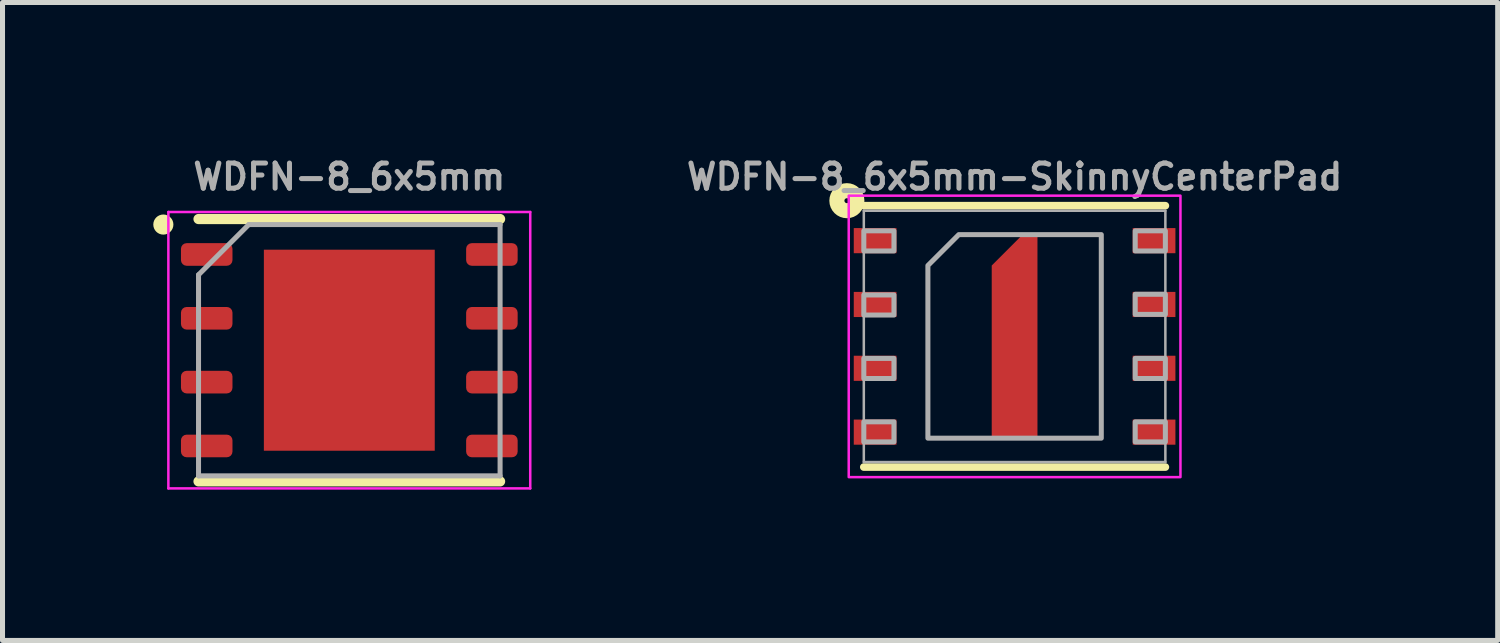
<source format=kicad_pcb>
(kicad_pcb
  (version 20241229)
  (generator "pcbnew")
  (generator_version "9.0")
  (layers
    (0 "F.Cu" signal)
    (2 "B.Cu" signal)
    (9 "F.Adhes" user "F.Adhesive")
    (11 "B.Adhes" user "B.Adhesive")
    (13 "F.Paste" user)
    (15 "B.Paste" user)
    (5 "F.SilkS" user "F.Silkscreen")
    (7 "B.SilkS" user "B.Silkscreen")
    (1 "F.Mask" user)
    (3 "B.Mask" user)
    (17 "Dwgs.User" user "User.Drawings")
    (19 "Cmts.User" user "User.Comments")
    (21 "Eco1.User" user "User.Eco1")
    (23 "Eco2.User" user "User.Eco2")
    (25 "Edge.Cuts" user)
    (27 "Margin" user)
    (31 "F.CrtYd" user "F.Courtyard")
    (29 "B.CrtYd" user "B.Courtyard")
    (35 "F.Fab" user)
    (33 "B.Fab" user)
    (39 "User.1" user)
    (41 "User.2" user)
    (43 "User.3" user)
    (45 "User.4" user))
  (footprint "WDFN-8_6x5mm-SkinnyCenterPad"
    (layer "F.Cu")
    (at 17.137 3.643)
    (property "Reference" "WDFN-8_6x5mm-SkinnyCenterPad" (at 0 -3.175 0) (layer "F.Fab") (effects (font (size 0.5 0.5) (thickness 0.1))))
    (attr smd)
    (fp_poly (pts (xy 0.455 2.025) (xy -0.455 2.025) (xy -0.455 -1.41) (xy 0.16 -2.025) (xy 0.455 -2.025)) (stroke (width 0) (type default)) (fill yes) (layer "F.Cu"))
    (fp_poly (pts (xy 0.555 2.125) (xy -0.555 2.125) (xy -0.555 -1.485) (xy 0.11 -2.15) (xy 0.555 -2.15)) (stroke (width 0) (type default)) (fill yes) (layer "F.Mask"))
    (fp_line (start -3 -2.6) (end 3 -2.6) (stroke (width 0.152) (type solid)) (layer "F.SilkS"))
    (fp_line (start -3 2.6) (end 3 2.6) (stroke (width 0.152) (type solid)) (layer "F.SilkS"))
    (fp_circle (center -3.337 -2.7) (end -3.288 -2.7) (stroke (width 0.3) (type solid)) (fill no) (layer "F.SilkS"))
    (fp_poly (pts (xy -0.4 0.4) (xy 0.4 0.4) (xy 0.4 -0.4) (xy -0.4 -0.4)) (stroke (width 0) (type default)) (fill yes) (layer "F.Paste"))
    (fp_rect (start -3.3 -2.8) (end 3.3 2.8) (stroke (width 0.05) (type default)) (fill no) (layer "F.CrtYd"))
    (fp_line (start -3 -2.5) (end 3 -2.5) (stroke (width 0.05) (type solid)) (layer "F.Fab"))
    (fp_line (start -3 2.5) (end -3 -2.5) (stroke (width 0.05) (type solid)) (layer "F.Fab"))
    (fp_line (start 3 -2.5) (end 3 2.5) (stroke (width 0.05) (type solid)) (layer "F.Fab"))
    (fp_line (start 3 2.5) (end -3 2.5) (stroke (width 0.05) (type solid)) (layer "F.Fab"))
    (fp_poly (pts (xy -3 -1.7) (xy -2.4 -1.7) (xy -2.4 -2.1) (xy -3 -2.1)) (stroke (width 0.1) (type default)) (fill no) (layer "F.Fab"))
    (fp_poly (pts (xy -3 -0.425) (xy -2.4 -0.425) (xy -2.4 -0.825) (xy -3 -0.825)) (stroke (width 0.1) (type default)) (fill no) (layer "F.Fab"))
    (fp_poly (pts (xy -3 0.838) (xy -2.4 0.838) (xy -2.4 0.438) (xy -3 0.438)) (stroke (width 0.1) (type default)) (fill no) (layer "F.Fab"))
    (fp_poly (pts (xy -3 2.1) (xy -2.4 2.1) (xy -2.4 1.7) (xy -3 1.7)) (stroke (width 0.1) (type default)) (fill no) (layer "F.Fab"))
    (fp_poly (pts (xy 2.4 -1.7) (xy 3 -1.7) (xy 3 -2.1) (xy 2.4 -2.1)) (stroke (width 0.1) (type default)) (fill no) (layer "F.Fab"))
    (fp_poly (pts (xy 2.4 -0.438) (xy 3 -0.438) (xy 3 -0.838) (xy 2.4 -0.838)) (stroke (width 0.1) (type default)) (fill no) (layer "F.Fab"))
    (fp_poly (pts (xy 2.4 0.838) (xy 3 0.838) (xy 3 0.438) (xy 2.4 0.438)) (stroke (width 0.1) (type default)) (fill no) (layer "F.Fab"))
    (fp_poly (pts (xy 2.4 2.1) (xy 3 2.1) (xy 3 1.7) (xy 2.4 1.7)) (stroke (width 0.1) (type default)) (fill no) (layer "F.Fab"))
    (fp_poly (pts (xy 1.725 2.025) (xy -1.725 2.025) (xy -1.725 -1.41) (xy -1.11 -2.025) (xy 1.725 -2.025)) (stroke (width 0.1) (type default)) (fill no) (layer "F.Fab"))
    (pad "1" smd rect (at -2.775 -1.905 90) (size 0.5 0.85) (layers "F.Cu" "F.Mask" "F.Paste"))
    (pad "2" smd rect (at -2.775 -0.635 90) (size 0.5 0.85) (layers "F.Cu" "F.Mask" "F.Paste"))
    (pad "3" smd rect (at -2.775 0.635 90) (size 0.5 0.85) (layers "F.Cu" "F.Mask" "F.Paste"))
    (pad "4" smd rect (at -2.775 1.905 90) (size 0.5 0.85) (layers "F.Cu" "F.Mask" "F.Paste"))
    (pad "5" smd rect (at 2.775 1.905 90) (size 0.5 0.85) (layers "F.Cu" "F.Mask" "F.Paste"))
    (pad "6" smd rect (at 2.775 0.635 90) (size 0.5 0.85) (layers "F.Cu" "F.Mask" "F.Paste"))
    (pad "7" smd rect (at 2.775 -0.635 90) (size 0.5 0.85) (layers "F.Cu" "F.Mask" "F.Paste"))
    (pad "8" smd rect (at 2.775 -1.905 90) (size 0.5 0.85) (layers "F.Cu" "F.Mask" "F.Paste")))
  (footprint "WDFN-8_6x5mm"
    (layer "F.Cu")
    (at 3.9 3.918)
    (property "Reference" "WDFN-8_6x5mm" (at 0 -3.45 0) (layer "F.Fab") (effects (font (size 0.5 0.5) (thickness 0.1))))
    (attr smd)
    (fp_line (start -3 -2.61) (end 3 -2.61) (stroke (width 0.203) (type solid)) (layer "F.SilkS"))
    (fp_line (start -3 2.61) (end 3 2.61) (stroke (width 0.203) (type solid)) (layer "F.SilkS"))
    (fp_circle (center -3.7 -2.5) (end -3.8 -2.5) (stroke (width 0.2) (type solid)) (fill yes) (layer "F.SilkS"))
    (fp_line (start -3.6 -2.75) (end -3.6 2.75) (stroke (width 0.05) (type solid)) (layer "F.CrtYd"))
    (fp_line (start -3.6 2.75) (end 3.6 2.75) (stroke (width 0.05) (type solid)) (layer "F.CrtYd"))
    (fp_line (start 3.6 -2.75) (end -3.6 -2.75) (stroke (width 0.05) (type solid)) (layer "F.CrtYd"))
    (fp_line (start 3.6 2.75) (end 3.6 -2.75) (stroke (width 0.05) (type solid)) (layer "F.CrtYd"))
    (fp_line (start -3 -1.5) (end -2 -2.5) (stroke (width 0.1) (type solid)) (layer "F.Fab"))
    (fp_line (start -3 2.5) (end -3 -1.5) (stroke (width 0.1) (type solid)) (layer "F.Fab"))
    (fp_line (start -2 -2.5) (end 3 -2.5) (stroke (width 0.1) (type solid)) (layer "F.Fab"))
    (fp_line (start 3 -2.5) (end 3 2.5) (stroke (width 0.1) (type solid)) (layer "F.Fab"))
    (fp_line (start 3 2.5) (end -3 2.5) (stroke (width 0.1) (type solid)) (layer "F.Fab"))
    (pad "" smd roundrect (at -0.85 -1) (size 1.37 1.61) (layers "F.Paste") (roundrect_rratio 0.182))
    (pad "" smd roundrect (at -0.85 1) (size 1.37 1.61) (layers "F.Paste") (roundrect_rratio 0.182))
    (pad "" smd roundrect (at 0.85 -1) (size 1.37 1.61) (layers "F.Paste") (roundrect_rratio 0.182))
    (pad "" smd roundrect (at 0.85 1) (size 1.37 1.61) (layers "F.Paste") (roundrect_rratio 0.182))
    (pad "1" smd roundrect (at -2.837 -1.905) (size 1.025 0.45) (layers "F.Cu" "F.Mask" "F.Paste") (roundrect_rratio 0.25))
    (pad "2" smd roundrect (at -2.837 -0.635) (size 1.025 0.45) (layers "F.Cu" "F.Mask" "F.Paste") (roundrect_rratio 0.25))
    (pad "3" smd roundrect (at -2.837 0.635) (size 1.025 0.45) (layers "F.Cu" "F.Mask" "F.Paste") (roundrect_rratio 0.25))
    (pad "4" smd roundrect (at -2.837 1.905) (size 1.025 0.45) (layers "F.Cu" "F.Mask" "F.Paste") (roundrect_rratio 0.25))
    (pad "5" smd roundrect (at 2.837 1.905) (size 1.025 0.45) (layers "F.Cu" "F.Mask" "F.Paste") (roundrect_rratio 0.25))
    (pad "6" smd roundrect (at 2.837 0.635) (size 1.025 0.45) (layers "F.Cu" "F.Mask" "F.Paste") (roundrect_rratio 0.25))
    (pad "7" smd roundrect (at 2.837 -0.635) (size 1.025 0.45) (layers "F.Cu" "F.Mask" "F.Paste") (roundrect_rratio 0.25))
    (pad "8" smd roundrect (at 2.837 -1.905) (size 1.025 0.45) (layers "F.Cu" "F.Mask" "F.Paste") (roundrect_rratio 0.25))
    (pad "EP" smd rect (at 0 0) (size 3.4 4) (layers "F.Cu" "F.Mask")))
  (gr_rect
    (start -3 -3)
    (end 26.749 9.693)
    (stroke (width 0.1) (type default))
    (fill no)
    (layer "Edge.Cuts")))
</source>
